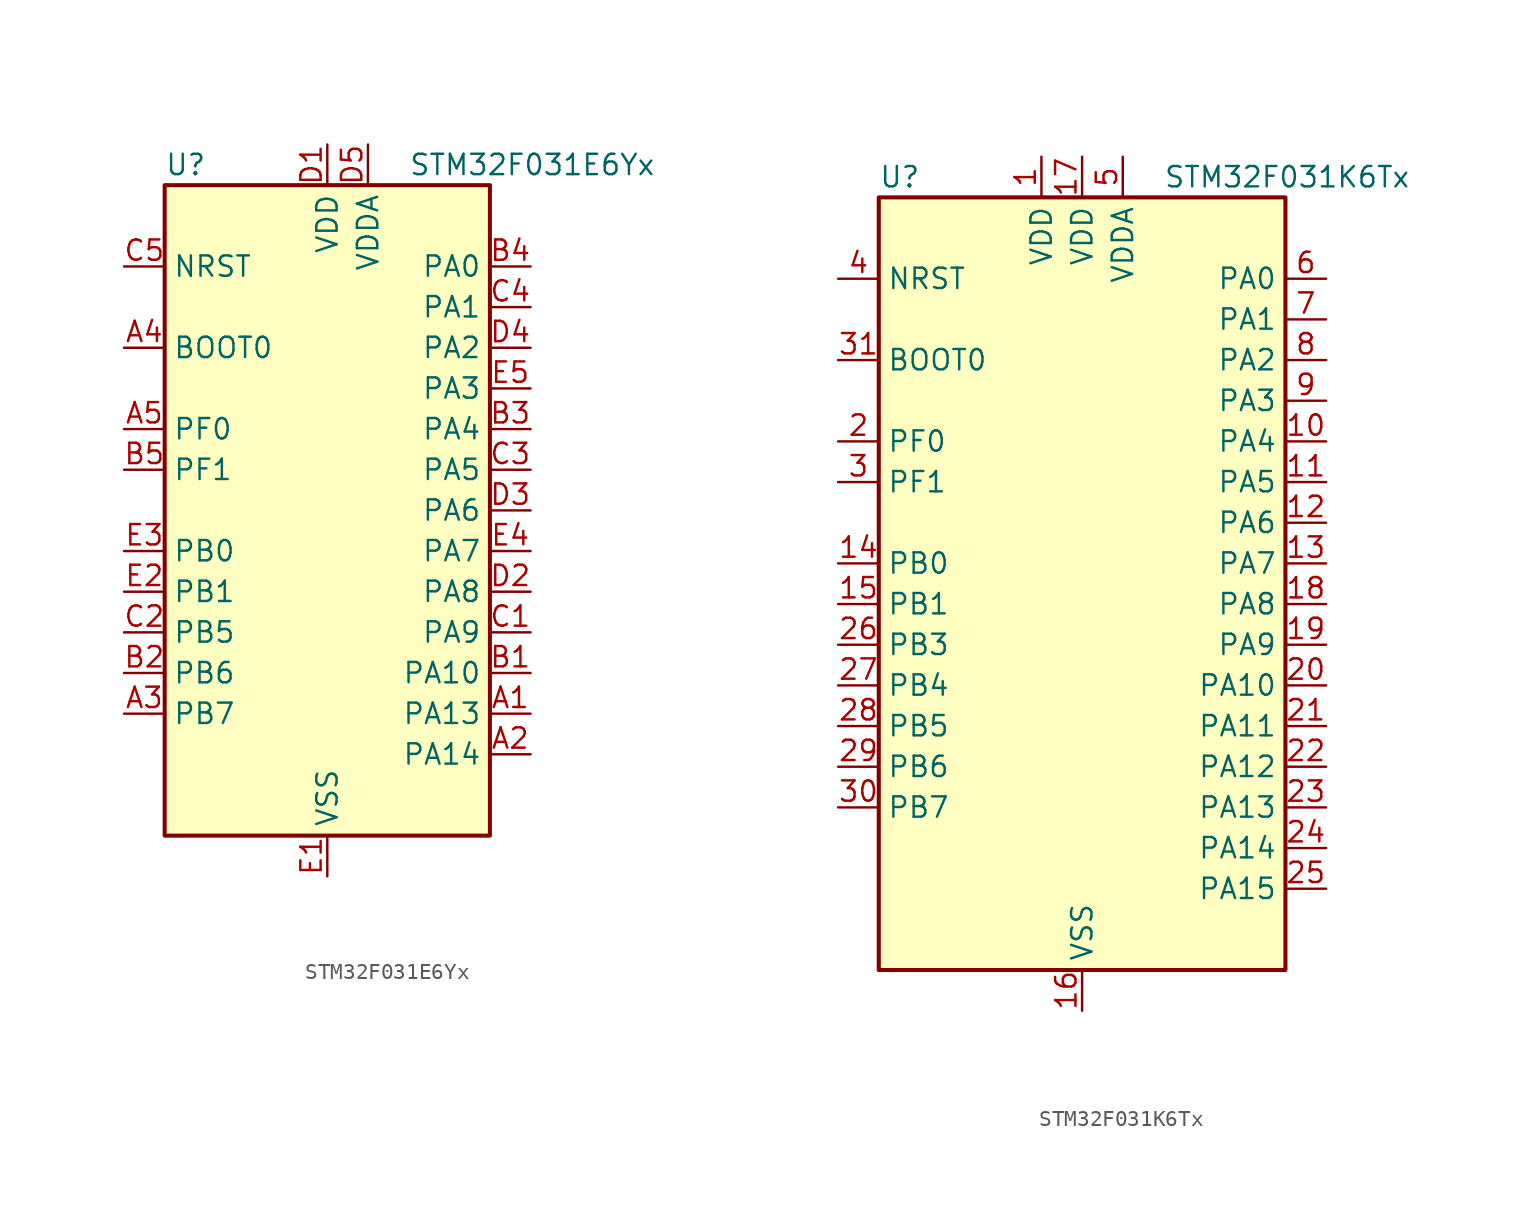
<source format=kicad_sym>
(kicad_symbol_lib
  (version 20241209)
  (generator "kicad_symbol_editor")
  (generator_version "9.0")
  (symbol "STM32F031E6Yx"
    (property "Reference" "U"
      (at -10.16 21.59 0)
      (effects (font (size 1.27 1.27)) (justify left)))
    (property "Value" "STM32F031E6Yx"
      (at 5.08 21.59 0)
      (effects (font (size 1.27 1.27)) (justify left)))
    (symbol "STM32F031E6Yx_0_1"
      (rectangle (start -10.16 -20.32) (end 10.16 20.32) (stroke (width 0.254) (type default)) (fill (type background))))
    (symbol "STM32F031E6Yx_1_1"
      (pin input line (at -12.7 15.24 0) (length 2.54) (name "NRST" (effects (font (size 1.27 1.27)))) (number "C5" (effects (font (size 1.27 1.27)))))
      (pin input line (at -12.7 10.16 0) (length 2.54) (name "BOOT0" (effects (font (size 1.27 1.27)))) (number "A4" (effects (font (size 1.27 1.27)))))
      (pin bidirectional line (at -12.7 5.08 0) (length 2.54) (name "PF0" (effects (font (size 1.27 1.27)))) (number "A5" (effects (font (size 1.27 1.27)))) (alternate "RCC_OSC_IN" bidirectional line))
      (pin bidirectional line (at -12.7 2.54 0) (length 2.54) (name "PF1" (effects (font (size 1.27 1.27)))) (number "B5" (effects (font (size 1.27 1.27)))) (alternate "RCC_OSC_OUT" bidirectional line))
      (pin bidirectional line (at -12.7 -2.54 0) (length 2.54) (name "PB0" (effects (font (size 1.27 1.27)))) (number "E3" (effects (font (size 1.27 1.27)))) (alternate "ADC_IN8" bidirectional line) (alternate "TIM1_CH2N" bidirectional line) (alternate "TIM3_CH3" bidirectional line))
      (pin bidirectional line (at -12.7 -5.08 0) (length 2.54) (name "PB1" (effects (font (size 1.27 1.27)))) (number "E2" (effects (font (size 1.27 1.27)))) (alternate "ADC_IN9" bidirectional line) (alternate "TIM14_CH1" bidirectional line) (alternate "TIM1_CH3N" bidirectional line) (alternate "TIM3_CH4" bidirectional line))
      (pin bidirectional line (at -12.7 -7.62 0) (length 2.54) (name "PB5" (effects (font (size 1.27 1.27)))) (number "C2" (effects (font (size 1.27 1.27)))) (alternate "I2C1_SMBA" bidirectional line) (alternate "I2S1_SD" bidirectional line) (alternate "SPI1_MOSI" bidirectional line) (alternate "TIM16_BKIN" bidirectional line) (alternate "TIM3_CH2" bidirectional line))
      (pin bidirectional line (at -12.7 -10.16 0) (length 2.54) (name "PB6" (effects (font (size 1.27 1.27)))) (number "B2" (effects (font (size 1.27 1.27)))) (alternate "I2C1_SCL" bidirectional line) (alternate "TIM16_CH1N" bidirectional line) (alternate "USART1_TX" bidirectional line))
      (pin bidirectional line (at -12.7 -12.7 0) (length 2.54) (name "PB7" (effects (font (size 1.27 1.27)))) (number "A3" (effects (font (size 1.27 1.27)))) (alternate "I2C1_SDA" bidirectional line) (alternate "TIM17_CH1N" bidirectional line) (alternate "USART1_RX" bidirectional line))
      (pin power_in line (at 0 22.86 270) (length 2.54) (name "VDD" (effects (font (size 1.27 1.27)))) (number "D1" (effects (font (size 1.27 1.27)))))
      (pin power_in line (at 0 -22.86 90) (length 2.54) (name "VSS" (effects (font (size 1.27 1.27)))) (number "E1" (effects (font (size 1.27 1.27)))))
      (pin power_in line (at 2.54 22.86 270) (length 2.54) (name "VDDA" (effects (font (size 1.27 1.27)))) (number "D5" (effects (font (size 1.27 1.27)))))
      (pin bidirectional line (at 12.7 15.24 180) (length 2.54) (name "PA0" (effects (font (size 1.27 1.27)))) (number "B4" (effects (font (size 1.27 1.27)))) (alternate "ADC_IN0" bidirectional line) (alternate "RTC_TAMP2" bidirectional line) (alternate "SYS_WKUP1" bidirectional line) (alternate "TIM2_CH1" bidirectional line) (alternate "TIM2_ETR" bidirectional line) (alternate "USART1_CTS" bidirectional line))
      (pin bidirectional line (at 12.7 12.7 180) (length 2.54) (name "PA1" (effects (font (size 1.27 1.27)))) (number "C4" (effects (font (size 1.27 1.27)))) (alternate "ADC_IN1" bidirectional line) (alternate "TIM2_CH2" bidirectional line) (alternate "USART1_DE" bidirectional line) (alternate "USART1_RTS" bidirectional line))
      (pin bidirectional line (at 12.7 10.16 180) (length 2.54) (name "PA2" (effects (font (size 1.27 1.27)))) (number "D4" (effects (font (size 1.27 1.27)))) (alternate "ADC_IN2" bidirectional line) (alternate "TIM2_CH3" bidirectional line) (alternate "USART1_TX" bidirectional line))
      (pin bidirectional line (at 12.7 7.62 180) (length 2.54) (name "PA3" (effects (font (size 1.27 1.27)))) (number "E5" (effects (font (size 1.27 1.27)))) (alternate "ADC_IN3" bidirectional line) (alternate "TIM2_CH4" bidirectional line) (alternate "USART1_RX" bidirectional line))
      (pin bidirectional line (at 12.7 5.08 180) (length 2.54) (name "PA4" (effects (font (size 1.27 1.27)))) (number "B3" (effects (font (size 1.27 1.27)))) (alternate "ADC_IN4" bidirectional line) (alternate "I2S1_WS" bidirectional line) (alternate "SPI1_NSS" bidirectional line) (alternate "TIM14_CH1" bidirectional line) (alternate "USART1_CK" bidirectional line))
      (pin bidirectional line (at 12.7 2.54 180) (length 2.54) (name "PA5" (effects (font (size 1.27 1.27)))) (number "C3" (effects (font (size 1.27 1.27)))) (alternate "ADC_IN5" bidirectional line) (alternate "I2S1_CK" bidirectional line) (alternate "SPI1_SCK" bidirectional line) (alternate "TIM2_CH1" bidirectional line) (alternate "TIM2_ETR" bidirectional line))
      (pin bidirectional line (at 12.7 0 180) (length 2.54) (name "PA6" (effects (font (size 1.27 1.27)))) (number "D3" (effects (font (size 1.27 1.27)))) (alternate "ADC_IN6" bidirectional line) (alternate "I2S1_MCK" bidirectional line) (alternate "SPI1_MISO" bidirectional line) (alternate "TIM16_CH1" bidirectional line) (alternate "TIM1_BKIN" bidirectional line) (alternate "TIM3_CH1" bidirectional line))
      (pin bidirectional line (at 12.7 -2.54 180) (length 2.54) (name "PA7" (effects (font (size 1.27 1.27)))) (number "E4" (effects (font (size 1.27 1.27)))) (alternate "ADC_IN7" bidirectional line) (alternate "I2S1_SD" bidirectional line) (alternate "SPI1_MOSI" bidirectional line) (alternate "TIM14_CH1" bidirectional line) (alternate "TIM17_CH1" bidirectional line) (alternate "TIM1_CH1N" bidirectional line) (alternate "TIM3_CH2" bidirectional line))
      (pin bidirectional line (at 12.7 -5.08 180) (length 2.54) (name "PA8" (effects (font (size 1.27 1.27)))) (number "D2" (effects (font (size 1.27 1.27)))) (alternate "RCC_MCO" bidirectional line) (alternate "TIM1_CH1" bidirectional line) (alternate "USART1_CK" bidirectional line))
      (pin bidirectional line (at 12.7 -7.62 180) (length 2.54) (name "PA9" (effects (font (size 1.27 1.27)))) (number "C1" (effects (font (size 1.27 1.27)))) (alternate "I2C1_SCL" bidirectional line) (alternate "TIM1_CH2" bidirectional line) (alternate "USART1_TX" bidirectional line))
      (pin bidirectional line (at 12.7 -10.16 180) (length 2.54) (name "PA10" (effects (font (size 1.27 1.27)))) (number "B1" (effects (font (size 1.27 1.27)))) (alternate "I2C1_SDA" bidirectional line) (alternate "TIM17_BKIN" bidirectional line) (alternate "TIM1_CH3" bidirectional line) (alternate "USART1_RX" bidirectional line))
      (pin bidirectional line (at 12.7 -12.7 180) (length 2.54) (name "PA13" (effects (font (size 1.27 1.27)))) (number "A1" (effects (font (size 1.27 1.27)))) (alternate "IR_OUT" bidirectional line) (alternate "SYS_SWDIO" bidirectional line))
      (pin bidirectional line (at 12.7 -15.24 180) (length 2.54) (name "PA14" (effects (font (size 1.27 1.27)))) (number "A2" (effects (font (size 1.27 1.27)))) (alternate "SYS_SWCLK" bidirectional line) (alternate "USART1_TX" bidirectional line))))
  (symbol "STM32F031K6Tx"
    (property "Reference" "U"
      (at -12.7 26.67 0)
      (effects (font (size 1.27 1.27)) (justify left)))
    (property "Value" "STM32F031K6Tx"
      (at 5.08 26.67 0)
      (effects (font (size 1.27 1.27)) (justify left)))
    (symbol "STM32F031K6Tx_0_1"
      (rectangle (start -12.7 -22.86) (end 12.7 25.4) (stroke (width 0.254) (type default)) (fill (type background))))
    (symbol "STM32F031K6Tx_1_1"
      (pin input line (at -15.24 20.32 0) (length 2.54) (name "NRST" (effects (font (size 1.27 1.27)))) (number "4" (effects (font (size 1.27 1.27)))))
      (pin input line (at -15.24 15.24 0) (length 2.54) (name "BOOT0" (effects (font (size 1.27 1.27)))) (number "31" (effects (font (size 1.27 1.27)))))
      (pin bidirectional line (at -15.24 10.16 0) (length 2.54) (name "PF0" (effects (font (size 1.27 1.27)))) (number "2" (effects (font (size 1.27 1.27)))) (alternate "RCC_OSC_IN" bidirectional line))
      (pin bidirectional line (at -15.24 7.62 0) (length 2.54) (name "PF1" (effects (font (size 1.27 1.27)))) (number "3" (effects (font (size 1.27 1.27)))) (alternate "RCC_OSC_OUT" bidirectional line))
      (pin bidirectional line (at -15.24 2.54 0) (length 2.54) (name "PB0" (effects (font (size 1.27 1.27)))) (number "14" (effects (font (size 1.27 1.27)))) (alternate "ADC_IN8" bidirectional line) (alternate "TIM1_CH2N" bidirectional line) (alternate "TIM3_CH3" bidirectional line))
      (pin bidirectional line (at -15.24 0 0) (length 2.54) (name "PB1" (effects (font (size 1.27 1.27)))) (number "15" (effects (font (size 1.27 1.27)))) (alternate "ADC_IN9" bidirectional line) (alternate "TIM14_CH1" bidirectional line) (alternate "TIM1_CH3N" bidirectional line) (alternate "TIM3_CH4" bidirectional line))
      (pin bidirectional line (at -15.24 -2.54 0) (length 2.54) (name "PB3" (effects (font (size 1.27 1.27)))) (number "26" (effects (font (size 1.27 1.27)))) (alternate "I2S1_CK" bidirectional line) (alternate "SPI1_SCK" bidirectional line) (alternate "TIM2_CH2" bidirectional line))
      (pin bidirectional line (at -15.24 -5.08 0) (length 2.54) (name "PB4" (effects (font (size 1.27 1.27)))) (number "27" (effects (font (size 1.27 1.27)))) (alternate "I2S1_MCK" bidirectional line) (alternate "SPI1_MISO" bidirectional line) (alternate "TIM3_CH1" bidirectional line))
      (pin bidirectional line (at -15.24 -7.62 0) (length 2.54) (name "PB5" (effects (font (size 1.27 1.27)))) (number "28" (effects (font (size 1.27 1.27)))) (alternate "I2C1_SMBA" bidirectional line) (alternate "I2S1_SD" bidirectional line) (alternate "SPI1_MOSI" bidirectional line) (alternate "TIM16_BKIN" bidirectional line) (alternate "TIM3_CH2" bidirectional line))
      (pin bidirectional line (at -15.24 -10.16 0) (length 2.54) (name "PB6" (effects (font (size 1.27 1.27)))) (number "29" (effects (font (size 1.27 1.27)))) (alternate "I2C1_SCL" bidirectional line) (alternate "TIM16_CH1N" bidirectional line) (alternate "USART1_TX" bidirectional line))
      (pin bidirectional line (at -15.24 -12.7 0) (length 2.54) (name "PB7" (effects (font (size 1.27 1.27)))) (number "30" (effects (font (size 1.27 1.27)))) (alternate "I2C1_SDA" bidirectional line) (alternate "TIM17_CH1N" bidirectional line) (alternate "USART1_RX" bidirectional line))
      (pin power_in line (at -2.54 27.94 270) (length 2.54) (name "VDD" (effects (font (size 1.27 1.27)))) (number "1" (effects (font (size 1.27 1.27)))))
      (pin power_in line (at 0 27.94 270) (length 2.54) (name "VDD" (effects (font (size 1.27 1.27)))) (number "17" (effects (font (size 1.27 1.27)))))
      (pin power_in line (at 0 -25.4 90) (length 2.54) (name "VSS" (effects (font (size 1.27 1.27)))) (number "16" (effects (font (size 1.27 1.27)))))
      (pin passive line (at 0 -25.4 90) (length 2.54) (hide yes) (name "VSS" (effects (font (size 1.27 1.27)))) (number "32" (effects (font (size 1.27 1.27)))))
      (pin power_in line (at 2.54 27.94 270) (length 2.54) (name "VDDA" (effects (font (size 1.27 1.27)))) (number "5" (effects (font (size 1.27 1.27)))))
      (pin bidirectional line (at 15.24 20.32 180) (length 2.54) (name "PA0" (effects (font (size 1.27 1.27)))) (number "6" (effects (font (size 1.27 1.27)))) (alternate "ADC_IN0" bidirectional line) (alternate "RTC_TAMP2" bidirectional line) (alternate "SYS_WKUP1" bidirectional line) (alternate "TIM2_CH1" bidirectional line) (alternate "TIM2_ETR" bidirectional line) (alternate "USART1_CTS" bidirectional line))
      (pin bidirectional line (at 15.24 17.78 180) (length 2.54) (name "PA1" (effects (font (size 1.27 1.27)))) (number "7" (effects (font (size 1.27 1.27)))) (alternate "ADC_IN1" bidirectional line) (alternate "TIM2_CH2" bidirectional line) (alternate "USART1_DE" bidirectional line) (alternate "USART1_RTS" bidirectional line))
      (pin bidirectional line (at 15.24 15.24 180) (length 2.54) (name "PA2" (effects (font (size 1.27 1.27)))) (number "8" (effects (font (size 1.27 1.27)))) (alternate "ADC_IN2" bidirectional line) (alternate "TIM2_CH3" bidirectional line) (alternate "USART1_TX" bidirectional line))
      (pin bidirectional line (at 15.24 12.7 180) (length 2.54) (name "PA3" (effects (font (size 1.27 1.27)))) (number "9" (effects (font (size 1.27 1.27)))) (alternate "ADC_IN3" bidirectional line) (alternate "TIM2_CH4" bidirectional line) (alternate "USART1_RX" bidirectional line))
      (pin bidirectional line (at 15.24 10.16 180) (length 2.54) (name "PA4" (effects (font (size 1.27 1.27)))) (number "10" (effects (font (size 1.27 1.27)))) (alternate "ADC_IN4" bidirectional line) (alternate "I2S1_WS" bidirectional line) (alternate "SPI1_NSS" bidirectional line) (alternate "TIM14_CH1" bidirectional line) (alternate "USART1_CK" bidirectional line))
      (pin bidirectional line (at 15.24 7.62 180) (length 2.54) (name "PA5" (effects (font (size 1.27 1.27)))) (number "11" (effects (font (size 1.27 1.27)))) (alternate "ADC_IN5" bidirectional line) (alternate "I2S1_CK" bidirectional line) (alternate "SPI1_SCK" bidirectional line) (alternate "TIM2_CH1" bidirectional line) (alternate "TIM2_ETR" bidirectional line))
      (pin bidirectional line (at 15.24 5.08 180) (length 2.54) (name "PA6" (effects (font (size 1.27 1.27)))) (number "12" (effects (font (size 1.27 1.27)))) (alternate "ADC_IN6" bidirectional line) (alternate "I2S1_MCK" bidirectional line) (alternate "SPI1_MISO" bidirectional line) (alternate "TIM16_CH1" bidirectional line) (alternate "TIM1_BKIN" bidirectional line) (alternate "TIM3_CH1" bidirectional line))
      (pin bidirectional line (at 15.24 2.54 180) (length 2.54) (name "PA7" (effects (font (size 1.27 1.27)))) (number "13" (effects (font (size 1.27 1.27)))) (alternate "ADC_IN7" bidirectional line) (alternate "I2S1_SD" bidirectional line) (alternate "SPI1_MOSI" bidirectional line) (alternate "TIM14_CH1" bidirectional line) (alternate "TIM17_CH1" bidirectional line) (alternate "TIM1_CH1N" bidirectional line) (alternate "TIM3_CH2" bidirectional line))
      (pin bidirectional line (at 15.24 0 180) (length 2.54) (name "PA8" (effects (font (size 1.27 1.27)))) (number "18" (effects (font (size 1.27 1.27)))) (alternate "RCC_MCO" bidirectional line) (alternate "TIM1_CH1" bidirectional line) (alternate "USART1_CK" bidirectional line))
      (pin bidirectional line (at 15.24 -2.54 180) (length 2.54) (name "PA9" (effects (font (size 1.27 1.27)))) (number "19" (effects (font (size 1.27 1.27)))) (alternate "I2C1_SCL" bidirectional line) (alternate "TIM1_CH2" bidirectional line) (alternate "USART1_TX" bidirectional line))
      (pin bidirectional line (at 15.24 -5.08 180) (length 2.54) (name "PA10" (effects (font (size 1.27 1.27)))) (number "20" (effects (font (size 1.27 1.27)))) (alternate "I2C1_SDA" bidirectional line) (alternate "TIM17_BKIN" bidirectional line) (alternate "TIM1_CH3" bidirectional line) (alternate "USART1_RX" bidirectional line))
      (pin bidirectional line (at 15.24 -7.62 180) (length 2.54) (name "PA11" (effects (font (size 1.27 1.27)))) (number "21" (effects (font (size 1.27 1.27)))) (alternate "TIM1_CH4" bidirectional line) (alternate "USART1_CTS" bidirectional line))
      (pin bidirectional line (at 15.24 -10.16 180) (length 2.54) (name "PA12" (effects (font (size 1.27 1.27)))) (number "22" (effects (font (size 1.27 1.27)))) (alternate "TIM1_ETR" bidirectional line) (alternate "USART1_DE" bidirectional line) (alternate "USART1_RTS" bidirectional line))
      (pin bidirectional line (at 15.24 -12.7 180) (length 2.54) (name "PA13" (effects (font (size 1.27 1.27)))) (number "23" (effects (font (size 1.27 1.27)))) (alternate "IR_OUT" bidirectional line) (alternate "SYS_SWDIO" bidirectional line))
      (pin bidirectional line (at 15.24 -15.24 180) (length 2.54) (name "PA14" (effects (font (size 1.27 1.27)))) (number "24" (effects (font (size 1.27 1.27)))) (alternate "SYS_SWCLK" bidirectional line) (alternate "USART1_TX" bidirectional line))
      (pin bidirectional line (at 15.24 -17.78 180) (length 2.54) (name "PA15" (effects (font (size 1.27 1.27)))) (number "25" (effects (font (size 1.27 1.27)))) (alternate "I2S1_WS" bidirectional line) (alternate "SPI1_NSS" bidirectional line) (alternate "TIM2_CH1" bidirectional line) (alternate "TIM2_ETR" bidirectional line) (alternate "USART1_RX" bidirectional line)))))
</source>
